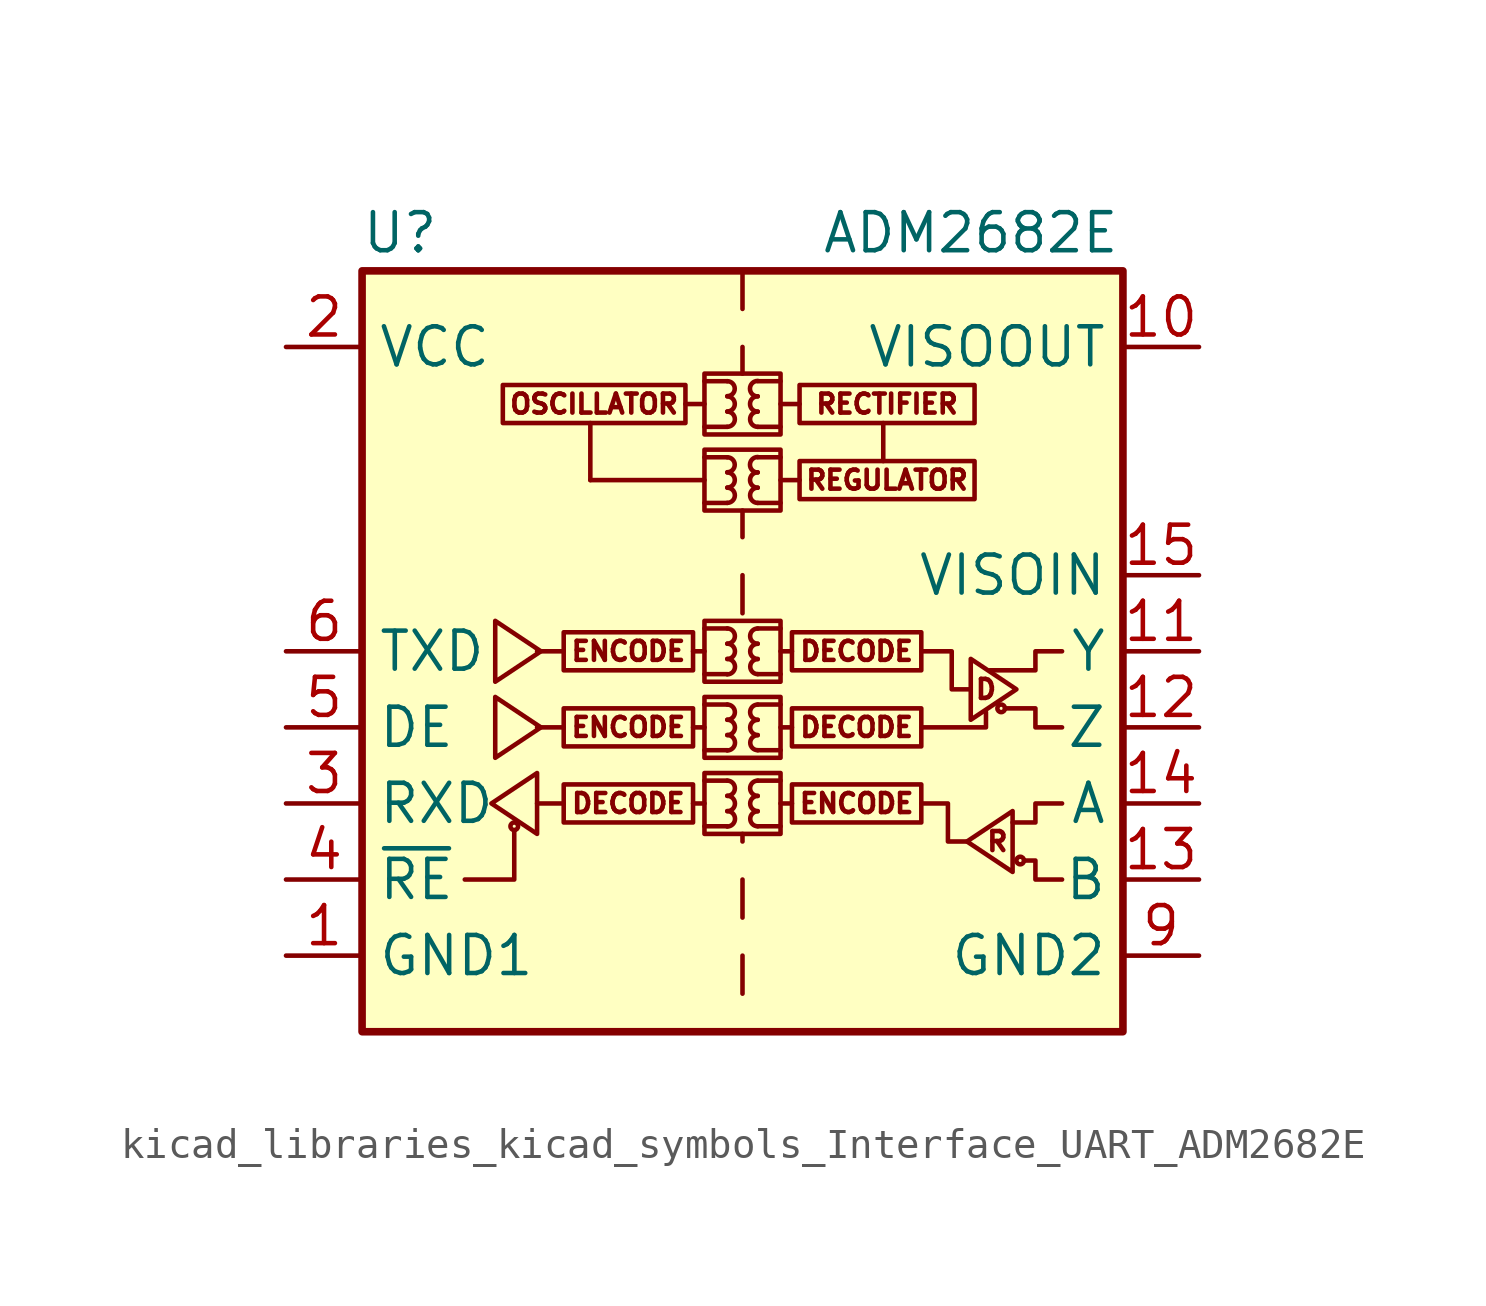
<source format=kicad_sym>
(kicad_symbol_lib
  (version 20220914)
  (generator kicad_symbol_editor)
  (symbol "kicad_libraries_kicad_symbols_Interface_UART_ADM2682E"
    (property "Reference" "U"
      (at -11.43 13.97 0)
      (effects (font (size 1.27 1.27))))
    (property "Value" "ADM2682E"
      (at 7.62 13.97 0)
      (effects (font (size 1.27 1.27))))
    (symbol "kicad_libraries_kicad_symbols_Interface_UART_ADM2682E_0_0"
      (text "D" (at 8.128 -1.27 0) (effects (font (size 0.635 0.635))))
      (text "R" (at 8.509 -6.35 0) (effects (font (size 0.635 0.635)))))
    (symbol "kicad_libraries_kicad_symbols_Interface_UART_ADM2682E_0_1"
      (circle (center -7.62 -5.842) (radius 0.127) (stroke (width 0) (type default)) (fill (type none)))
      (polyline (pts (xy -9.271 -7.62) (xy -7.62 -7.62) (xy -7.62 -5.969)) (stroke (width 0) (type default)) (fill (type none)))
      (polyline (pts (xy 5.969 -2.54) (xy 8.128 -2.54) (xy 8.128 -2.032)) (stroke (width 0) (type default)) (fill (type none)))
      (polyline (pts (xy 7.493 -6.35) (xy 6.858 -6.35) (xy 6.858 -5.08) (xy 5.969 -5.08)) (stroke (width 0) (type default)) (fill (type none)))
      (polyline (pts (xy 7.62 -1.27) (xy 6.985 -1.27) (xy 6.985 0) (xy 5.969 0)) (stroke (width 0) (type default)) (fill (type none)))
      (polyline (pts (xy 9.017 -5.715) (xy 9.779 -5.715) (xy 9.779 -5.08) (xy 10.668 -5.08)) (stroke (width 0) (type default)) (fill (type none)))
      (polyline (pts (xy 9.398 -6.985) (xy 9.779 -6.985) (xy 9.779 -7.62) (xy 10.668 -7.62)) (stroke (width 0) (type default)) (fill (type none)))
      (polyline (pts (xy 10.668 -2.54) (xy 9.779 -2.54) (xy 9.779 -1.905) (xy 8.763 -1.905)) (stroke (width 0) (type default)) (fill (type none)))
      (polyline (pts (xy 10.668 0) (xy 9.779 0) (xy 9.779 -0.635) (xy 8.255 -0.635)) (stroke (width 0) (type default)) (fill (type none))))
    (symbol "kicad_libraries_kicad_symbols_Interface_UART_ADM2682E_1_0"
      (rectangle (start -1.27 -4.064) (end 1.27 -6.096) (stroke (width 0) (type default)) (fill (type none)))
      (rectangle (start -1.27 -1.524) (end 1.27 -3.556) (stroke (width 0) (type default)) (fill (type none)))
      (rectangle (start -1.27 1.016) (end 1.27 -1.016) (stroke (width 0) (type default)) (fill (type none)))
      (rectangle (start -1.27 6.731) (end 1.27 4.699) (stroke (width 0) (type default)) (fill (type none)))
      (rectangle (start -1.27 9.271) (end 1.27 7.239) (stroke (width 0) (type default)) (fill (type none)))
      (arc (start -0.508 -5.842) (mid -0.2551 -5.588) (end -0.508 -5.334) (stroke (width 0) (type default)) (fill (type none)))
      (arc (start -0.508 -5.334) (mid -0.2551 -5.08) (end -0.508 -4.826) (stroke (width 0) (type default)) (fill (type none)))
      (arc (start -0.508 -4.826) (mid -0.2551 -4.572) (end -0.508 -4.318) (stroke (width 0) (type default)) (fill (type none)))
      (arc (start -0.508 -3.302) (mid -0.2551 -3.048) (end -0.508 -2.794) (stroke (width 0) (type default)) (fill (type none)))
      (arc (start -0.508 -2.794) (mid -0.2551 -2.54) (end -0.508 -2.286) (stroke (width 0) (type default)) (fill (type none)))
      (arc (start -0.508 -2.286) (mid -0.2551 -2.032) (end -0.508 -1.778) (stroke (width 0) (type default)) (fill (type none)))
      (arc (start -0.508 -0.762) (mid -0.2551 -0.508) (end -0.508 -0.254) (stroke (width 0) (type default)) (fill (type none)))
      (arc (start -0.508 -0.254) (mid -0.2551 0) (end -0.508 0.254) (stroke (width 0) (type default)) (fill (type none)))
      (arc (start -0.508 0.254) (mid -0.2551 0.508) (end -0.508 0.762) (stroke (width 0) (type default)) (fill (type none)))
      (arc (start -0.508 4.953) (mid -0.2551 5.207) (end -0.508 5.461) (stroke (width 0) (type default)) (fill (type none)))
      (arc (start -0.508 5.461) (mid -0.2551 5.715) (end -0.508 5.969) (stroke (width 0) (type default)) (fill (type none)))
      (arc (start -0.508 5.969) (mid -0.2551 6.223) (end -0.508 6.477) (stroke (width 0) (type default)) (fill (type none)))
      (arc (start -0.508 7.493) (mid -0.2551 7.747) (end -0.508 8.001) (stroke (width 0) (type default)) (fill (type none)))
      (arc (start -0.508 8.001) (mid -0.2551 8.255) (end -0.508 8.509) (stroke (width 0) (type default)) (fill (type none)))
      (arc (start -0.508 8.509) (mid -0.2551 8.763) (end -0.508 9.017) (stroke (width 0) (type default)) (fill (type none)))
      (polyline (pts (xy -5.969 -5.08) (xy -6.858 -5.08)) (stroke (width 0) (type default)) (fill (type none)))
      (polyline (pts (xy -5.969 -2.54) (xy -6.858 -2.54)) (stroke (width 0) (type default)) (fill (type none)))
      (polyline (pts (xy -5.969 0) (xy -6.858 0)) (stroke (width 0) (type default)) (fill (type none)))
      (polyline (pts (xy -5.08 5.715) (xy -5.08 7.62)) (stroke (width 0) (type default)) (fill (type none)))
      (polyline (pts (xy -5.08 5.715) (xy -1.27 5.715)) (stroke (width 0) (type default)) (fill (type none)))
      (polyline (pts (xy -1.905 8.255) (xy -1.27 8.255)) (stroke (width 0) (type default)) (fill (type none)))
      (polyline (pts (xy -1.651 -5.08) (xy -1.27 -5.08)) (stroke (width 0) (type default)) (fill (type none)))
      (polyline (pts (xy -1.651 -2.54) (xy -1.27 -2.54)) (stroke (width 0) (type default)) (fill (type none)))
      (polyline (pts (xy -1.651 0) (xy -1.27 0)) (stroke (width 0) (type default)) (fill (type none)))
      (polyline (pts (xy -1.27 -5.842) (xy -0.508 -5.842)) (stroke (width 0) (type default)) (fill (type none)))
      (polyline (pts (xy -1.27 -4.318) (xy -0.508 -4.318)) (stroke (width 0) (type default)) (fill (type none)))
      (polyline (pts (xy -1.27 -3.302) (xy -0.508 -3.302)) (stroke (width 0) (type default)) (fill (type none)))
      (polyline (pts (xy -1.27 -1.778) (xy -0.508 -1.778)) (stroke (width 0) (type default)) (fill (type none)))
      (polyline (pts (xy -1.27 -0.762) (xy -0.508 -0.762)) (stroke (width 0) (type default)) (fill (type none)))
      (polyline (pts (xy -1.27 0.762) (xy -0.508 0.762)) (stroke (width 0) (type default)) (fill (type none)))
      (polyline (pts (xy -1.27 4.953) (xy -0.508 4.953)) (stroke (width 0) (type default)) (fill (type none)))
      (polyline (pts (xy -1.27 6.477) (xy -0.508 6.477)) (stroke (width 0) (type default)) (fill (type none)))
      (polyline (pts (xy -1.27 7.493) (xy -0.508 7.493)) (stroke (width 0) (type default)) (fill (type none)))
      (polyline (pts (xy -1.27 9.017) (xy -0.508 9.017)) (stroke (width 0) (type default)) (fill (type none)))
      (polyline (pts (xy 0 -11.43) (xy 0 -10.16)) (stroke (width 0) (type default)) (fill (type none)))
      (polyline (pts (xy 0 -8.89) (xy 0 -7.62)) (stroke (width 0) (type default)) (fill (type none)))
      (polyline (pts (xy 0 -6.35) (xy 0 -6.096)) (stroke (width 0) (type default)) (fill (type none)))
      (polyline (pts (xy 0 1.27) (xy 0 2.54)) (stroke (width 0) (type default)) (fill (type none)))
      (polyline (pts (xy 0 3.81) (xy 0 4.699)) (stroke (width 0) (type default)) (fill (type none)))
      (polyline (pts (xy 0 9.271) (xy 0 10.16)) (stroke (width 0) (type default)) (fill (type none)))
      (polyline (pts (xy 0 12.7) (xy 0 11.43)) (stroke (width 0) (type default)) (fill (type none)))
      (polyline (pts (xy 1.27 -5.842) (xy 0.508 -5.842)) (stroke (width 0) (type default)) (fill (type none)))
      (polyline (pts (xy 1.27 -4.318) (xy 0.508 -4.318)) (stroke (width 0) (type default)) (fill (type none)))
      (polyline (pts (xy 1.27 -3.302) (xy 0.508 -3.302)) (stroke (width 0) (type default)) (fill (type none)))
      (polyline (pts (xy 1.27 -1.778) (xy 0.508 -1.778)) (stroke (width 0) (type default)) (fill (type none)))
      (polyline (pts (xy 1.27 -0.762) (xy 0.508 -0.762)) (stroke (width 0) (type default)) (fill (type none)))
      (polyline (pts (xy 1.27 0.762) (xy 0.508 0.762)) (stroke (width 0) (type default)) (fill (type none)))
      (polyline (pts (xy 1.27 4.953) (xy 0.508 4.953)) (stroke (width 0) (type default)) (fill (type none)))
      (polyline (pts (xy 1.27 6.477) (xy 0.508 6.477)) (stroke (width 0) (type default)) (fill (type none)))
      (polyline (pts (xy 1.27 7.493) (xy 0.508 7.493)) (stroke (width 0) (type default)) (fill (type none)))
      (polyline (pts (xy 1.27 9.017) (xy 0.508 9.017)) (stroke (width 0) (type default)) (fill (type none)))
      (polyline (pts (xy 1.651 -5.08) (xy 1.27 -5.08)) (stroke (width 0) (type default)) (fill (type none)))
      (polyline (pts (xy 1.651 -2.54) (xy 1.27 -2.54)) (stroke (width 0) (type default)) (fill (type none)))
      (polyline (pts (xy 1.651 0) (xy 1.27 0)) (stroke (width 0) (type default)) (fill (type none)))
      (polyline (pts (xy 1.905 5.715) (xy 1.27 5.715)) (stroke (width 0) (type default)) (fill (type none)))
      (polyline (pts (xy 1.905 8.255) (xy 1.27 8.255)) (stroke (width 0) (type default)) (fill (type none)))
      (polyline (pts (xy 4.699 6.35) (xy 4.699 7.62)) (stroke (width 0) (type default)) (fill (type none)))
      (arc (start 0.508 -5.334) (mid 0.2551 -5.588) (end 0.508 -5.842) (stroke (width 0) (type default)) (fill (type none)))
      (arc (start 0.508 -4.826) (mid 0.2551 -5.08) (end 0.508 -5.334) (stroke (width 0) (type default)) (fill (type none)))
      (arc (start 0.508 -4.318) (mid 0.2551 -4.572) (end 0.508 -4.826) (stroke (width 0) (type default)) (fill (type none)))
      (arc (start 0.508 -2.794) (mid 0.2551 -3.048) (end 0.508 -3.302) (stroke (width 0) (type default)) (fill (type none)))
      (arc (start 0.508 -2.286) (mid 0.2551 -2.54) (end 0.508 -2.794) (stroke (width 0) (type default)) (fill (type none)))
      (arc (start 0.508 -1.778) (mid 0.2551 -2.032) (end 0.508 -2.286) (stroke (width 0) (type default)) (fill (type none)))
      (arc (start 0.508 -0.254) (mid 0.2551 -0.508) (end 0.508 -0.762) (stroke (width 0) (type default)) (fill (type none)))
      (arc (start 0.508 0.254) (mid 0.2551 0) (end 0.508 -0.254) (stroke (width 0) (type default)) (fill (type none)))
      (arc (start 0.508 0.762) (mid 0.2551 0.508) (end 0.508 0.254) (stroke (width 0) (type default)) (fill (type none)))
      (arc (start 0.508 5.461) (mid 0.2551 5.207) (end 0.508 4.953) (stroke (width 0) (type default)) (fill (type none)))
      (arc (start 0.508 5.969) (mid 0.2551 5.715) (end 0.508 5.461) (stroke (width 0) (type default)) (fill (type none)))
      (arc (start 0.508 6.477) (mid 0.2551 6.223) (end 0.508 5.969) (stroke (width 0) (type default)) (fill (type none)))
      (arc (start 0.508 8.001) (mid 0.2551 7.747) (end 0.508 7.493) (stroke (width 0) (type default)) (fill (type none)))
      (arc (start 0.508 8.509) (mid 0.2551 8.255) (end 0.508 8.001) (stroke (width 0) (type default)) (fill (type none)))
      (arc (start 0.508 9.017) (mid 0.2551 8.763) (end 0.508 8.509) (stroke (width 0) (type default)) (fill (type none)))
      (rectangle (start 1.651 -4.445) (end 5.969 -5.715) (stroke (width 0) (type default)) (fill (type none)))
      (rectangle (start 1.651 -1.905) (end 5.969 -3.175) (stroke (width 0) (type default)) (fill (type none)))
      (rectangle (start 1.651 0.635) (end 5.969 -0.635) (stroke (width 0) (type default)) (fill (type none)))
      (rectangle (start 1.905 6.35) (end 7.747 5.08) (stroke (width 0) (type default)) (fill (type none)))
      (rectangle (start 1.905 8.89) (end 7.747 7.62) (stroke (width 0) (type default)) (fill (type none)))
      (text "DECODE" (at -3.81 -5.08 0) (effects (font (size 0.635 0.635))))
      (text "DECODE" (at 3.81 -2.54 0) (effects (font (size 0.635 0.635))))
      (text "DECODE" (at 3.81 0 0) (effects (font (size 0.635 0.635))))
      (text "ENCODE" (at -3.81 -2.54 0) (effects (font (size 0.635 0.635))))
      (text "ENCODE" (at -3.81 0 0) (effects (font (size 0.635 0.635))))
      (text "ENCODE" (at 3.81 -5.08 0) (effects (font (size 0.635 0.635))))
      (text "OSCILLATOR" (at -4.953 8.255 0) (effects (font (size 0.635 0.635))))
      (text "RECTIFIER" (at 4.826 8.255 0) (effects (font (size 0.635 0.635))))
      (text "REGULATOR" (at 4.826 5.715 0) (effects (font (size 0.635 0.635)))))
    (symbol "kicad_libraries_kicad_symbols_Interface_UART_ADM2682E_1_1"
      (rectangle (start -12.7 12.7) (end 12.7 -12.7) (stroke (width 0.254) (type default)) (fill (type background)))
      (rectangle (start -1.905 8.89) (end -8.001 7.62) (stroke (width 0) (type default)) (fill (type none)))
      (rectangle (start -1.651 -4.445) (end -5.969 -5.715) (stroke (width 0) (type default)) (fill (type none)))
      (rectangle (start -1.651 -1.905) (end -5.969 -3.175) (stroke (width 0) (type default)) (fill (type none)))
      (rectangle (start -1.651 0.635) (end -5.969 -0.635) (stroke (width 0) (type default)) (fill (type none)))
      (polyline (pts (xy -8.382 -5.08) (xy -6.858 -4.064) (xy -6.858 -6.096) (xy -8.382 -5.08)) (stroke (width 0) (type default)) (fill (type none)))
      (polyline (pts (xy -6.731 -2.54) (xy -8.255 -1.524) (xy -8.255 -3.556) (xy -6.731 -2.54)) (stroke (width 0) (type default)) (fill (type none)))
      (polyline (pts (xy -6.731 0) (xy -8.255 1.016) (xy -8.255 -1.016) (xy -6.731 0)) (stroke (width 0) (type default)) (fill (type none)))
      (polyline (pts (xy 7.493 -6.35) (xy 9.017 -5.334) (xy 9.017 -7.366) (xy 7.493 -6.35)) (stroke (width 0) (type default)) (fill (type none)))
      (polyline (pts (xy 9.144 -1.27) (xy 7.62 -0.254) (xy 7.62 -2.286) (xy 9.144 -1.27)) (stroke (width 0) (type default)) (fill (type none)))
      (circle (center 8.636 -1.905) (radius 0.127) (stroke (width 0) (type default)) (fill (type none)))
      (circle (center 9.271 -6.985) (radius 0.127) (stroke (width 0) (type default)) (fill (type none)))
      (pin power_in line (at -15.24 -10.16 0) (length 2.54) (name "GND1" (effects (font (size 1.27 1.27)))) (number "1" (effects (font (size 1.27 1.27)))))
      (pin power_in line (at 15.24 10.16 180) (length 2.54) (name "VISOOUT" (effects (font (size 1.27 1.27)))) (number "10" (effects (font (size 1.27 1.27)))))
      (pin output line (at 15.24 0 180) (length 2.54) (name "Y" (effects (font (size 1.27 1.27)))) (number "11" (effects (font (size 1.27 1.27)))))
      (pin output line (at 15.24 -2.54 180) (length 2.54) (name "Z" (effects (font (size 1.27 1.27)))) (number "12" (effects (font (size 1.27 1.27)))))
      (pin input line (at 15.24 -7.62 180) (length 2.54) (name "B" (effects (font (size 1.27 1.27)))) (number "13" (effects (font (size 1.27 1.27)))))
      (pin input line (at 15.24 -5.08 180) (length 2.54) (name "A" (effects (font (size 1.27 1.27)))) (number "14" (effects (font (size 1.27 1.27)))))
      (pin power_in line (at 15.24 2.54 180) (length 2.54) (name "VISOIN" (effects (font (size 1.27 1.27)))) (number "15" (effects (font (size 1.27 1.27)))))
      (pin passive line (at 15.24 -10.16 180) (length 2.54) hide (name "GND2" (effects (font (size 1.27 1.27)))) (number "16" (effects (font (size 1.27 1.27)))))
      (pin power_in line (at -15.24 10.16 0) (length 2.54) (name "VCC" (effects (font (size 1.27 1.27)))) (number "2" (effects (font (size 1.27 1.27)))))
      (pin output line (at -15.24 -5.08 0) (length 2.54) (name "RXD" (effects (font (size 1.27 1.27)))) (number "3" (effects (font (size 1.27 1.27)))))
      (pin input line (at -15.24 -7.62 0) (length 2.54) (name "~{RE}" (effects (font (size 1.27 1.27)))) (number "4" (effects (font (size 1.27 1.27)))))
      (pin input line (at -15.24 -2.54 0) (length 2.54) (name "DE" (effects (font (size 1.27 1.27)))) (number "5" (effects (font (size 1.27 1.27)))))
      (pin input line (at -15.24 0 0) (length 2.54) (name "TXD" (effects (font (size 1.27 1.27)))) (number "6" (effects (font (size 1.27 1.27)))))
      (pin passive line (at -15.24 10.16 0) (length 2.54) hide (name "VCC" (effects (font (size 1.27 1.27)))) (number "7" (effects (font (size 1.27 1.27)))))
      (pin passive line (at -15.24 -10.16 0) (length 2.54) hide (name "GND1" (effects (font (size 1.27 1.27)))) (number "8" (effects (font (size 1.27 1.27)))))
      (pin power_in line (at 15.24 -10.16 180) (length 2.54) (name "GND2" (effects (font (size 1.27 1.27)))) (number "9" (effects (font (size 1.27 1.27))))))))
</source>
